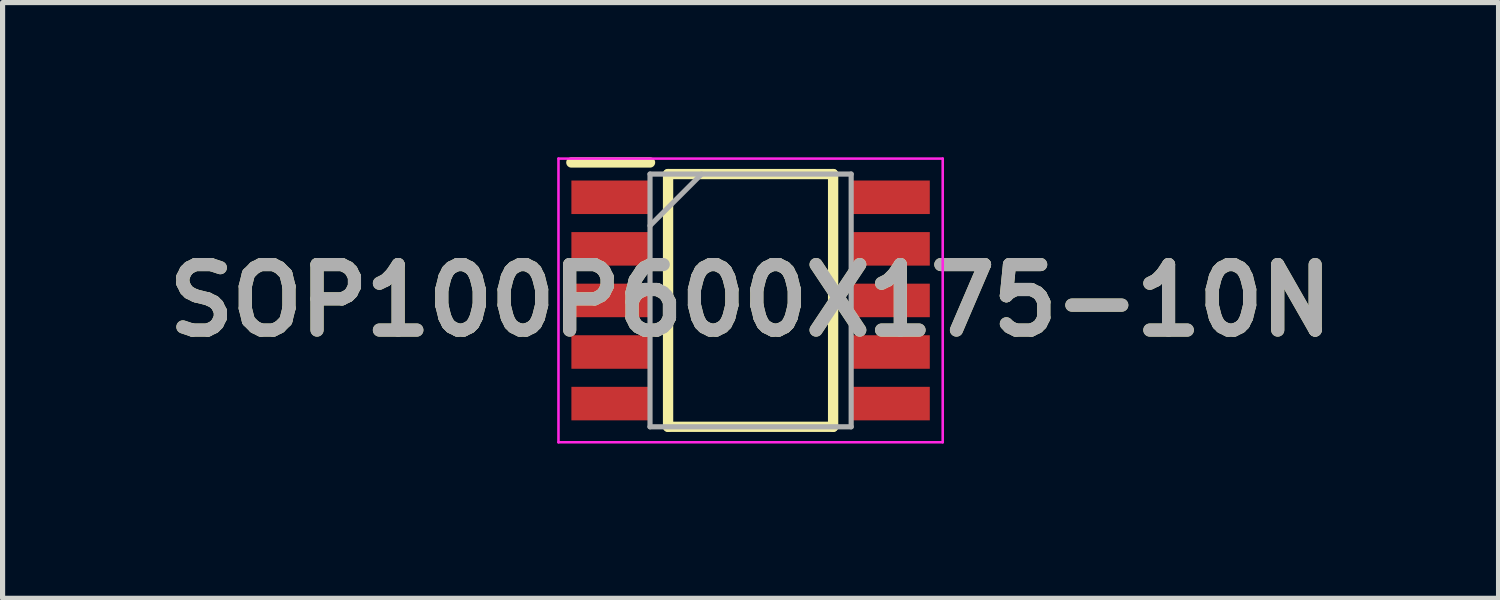
<source format=kicad_pcb>
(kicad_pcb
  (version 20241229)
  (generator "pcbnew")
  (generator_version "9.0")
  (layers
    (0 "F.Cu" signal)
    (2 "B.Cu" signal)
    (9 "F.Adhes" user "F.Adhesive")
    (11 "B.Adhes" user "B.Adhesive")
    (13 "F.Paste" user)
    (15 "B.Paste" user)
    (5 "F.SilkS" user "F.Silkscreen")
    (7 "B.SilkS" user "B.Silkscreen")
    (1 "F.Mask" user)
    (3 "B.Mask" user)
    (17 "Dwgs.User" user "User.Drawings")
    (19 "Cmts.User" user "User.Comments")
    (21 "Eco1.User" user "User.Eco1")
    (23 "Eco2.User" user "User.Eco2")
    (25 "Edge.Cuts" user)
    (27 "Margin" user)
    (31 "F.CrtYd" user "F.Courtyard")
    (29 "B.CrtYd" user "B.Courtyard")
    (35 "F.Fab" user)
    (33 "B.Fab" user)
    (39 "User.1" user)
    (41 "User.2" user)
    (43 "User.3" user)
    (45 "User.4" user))
  (footprint "SOP100P600X175-10N"
    (layer "F.Cu")
    (at 11.503 2.775)
    (property "Reference" "SOP100P600X175-10N" (at 0 0 0) (layer "F.SilkS") (effects (font (size 1.27 1.27) (thickness 0.254))))
    (attr smd)
    (fp_line (start -3.475 -2.675) (end -1.95 -2.675) (stroke (width 0.2) (type solid)) (layer "F.SilkS"))
    (fp_line (start -1.6 -2.45) (end 1.6 -2.45) (stroke (width 0.2) (type solid)) (layer "F.SilkS"))
    (fp_line (start -1.6 2.45) (end -1.6 -2.45) (stroke (width 0.2) (type solid)) (layer "F.SilkS"))
    (fp_line (start 1.6 -2.45) (end 1.6 2.45) (stroke (width 0.2) (type solid)) (layer "F.SilkS"))
    (fp_line (start 1.6 2.45) (end -1.6 2.45) (stroke (width 0.2) (type solid)) (layer "F.SilkS"))
    (fp_line (start -3.725 -2.75) (end 3.725 -2.75) (stroke (width 0.05) (type solid)) (layer "F.CrtYd"))
    (fp_line (start -3.725 2.75) (end -3.725 -2.75) (stroke (width 0.05) (type solid)) (layer "F.CrtYd"))
    (fp_line (start 3.725 -2.75) (end 3.725 2.75) (stroke (width 0.05) (type solid)) (layer "F.CrtYd"))
    (fp_line (start 3.725 2.75) (end -3.725 2.75) (stroke (width 0.05) (type solid)) (layer "F.CrtYd"))
    (fp_line (start -1.95 -2.45) (end 1.95 -2.45) (stroke (width 0.1) (type solid)) (layer "F.Fab"))
    (fp_line (start -1.95 -1.45) (end -0.95 -2.45) (stroke (width 0.1) (type solid)) (layer "F.Fab"))
    (fp_line (start -1.95 2.45) (end -1.95 -2.45) (stroke (width 0.1) (type solid)) (layer "F.Fab"))
    (fp_line (start 1.95 -2.45) (end 1.95 2.45) (stroke (width 0.1) (type solid)) (layer "F.Fab"))
    (fp_line (start 1.95 2.45) (end -1.95 2.45) (stroke (width 0.1) (type solid)) (layer "F.Fab"))
    (fp_text user "${REFERENCE}" (at 0 0 0) (layer "F.Fab") (effects (font (size 1.27 1.27) (thickness 0.254))))
    (pad "1" smd rect (at -2.712 -2 90) (size 0.65 1.525) (layers "F.Cu" "F.Mask" "F.Paste"))
    (pad "2" smd rect (at -2.712 -1 90) (size 0.65 1.525) (layers "F.Cu" "F.Mask" "F.Paste"))
    (pad "3" smd rect (at -2.712 0 90) (size 0.65 1.525) (layers "F.Cu" "F.Mask" "F.Paste"))
    (pad "4" smd rect (at -2.712 1 90) (size 0.65 1.525) (layers "F.Cu" "F.Mask" "F.Paste"))
    (pad "5" smd rect (at -2.712 2 90) (size 0.65 1.525) (layers "F.Cu" "F.Mask" "F.Paste"))
    (pad "6" smd rect (at 2.712 2 90) (size 0.65 1.525) (layers "F.Cu" "F.Mask" "F.Paste"))
    (pad "7" smd rect (at 2.712 1 90) (size 0.65 1.525) (layers "F.Cu" "F.Mask" "F.Paste"))
    (pad "8" smd rect (at 2.712 0 90) (size 0.65 1.525) (layers "F.Cu" "F.Mask" "F.Paste"))
    (pad "9" smd rect (at 2.712 -1 90) (size 0.65 1.525) (layers "F.Cu" "F.Mask" "F.Paste"))
    (pad "10" smd rect (at 2.712 -2 90) (size 0.65 1.525) (layers "F.Cu" "F.Mask" "F.Paste")))
  (gr_rect
    (start -3 -3)
    (end 26.005 8.55)
    (stroke (width 0.1) (type default))
    (fill no)
    (layer "Edge.Cuts")))
</source>
